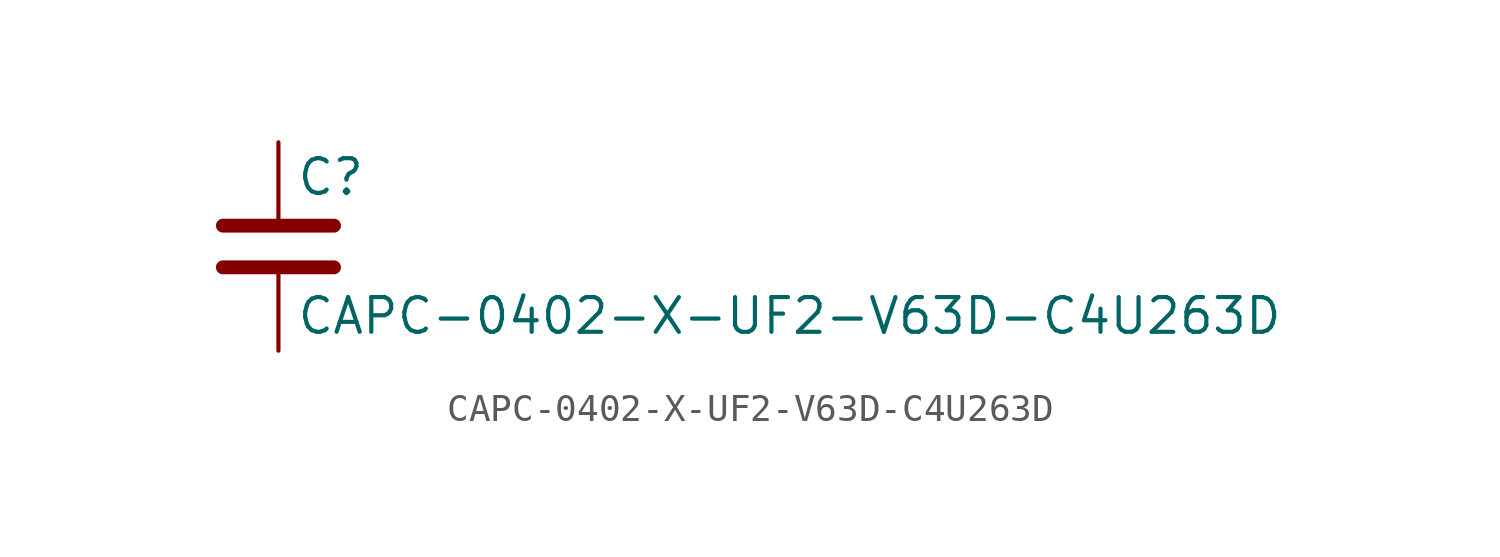
<source format=kicad_sym>
(kicad_symbol_lib
  (version 20211014)
  (generator kicad_symbol_editor)
  (symbol "CAPC-0402-X-UF2-V63D-C4U263D"
    (pin_numbers hide)
    (pin_names
      (offset 0.254))
    (property "Reference" "C"
      (at 0.635 2.54 0)
      (effects (font (size 1.27 1.27)) (justify left)))
    (property "Value" "CAPC-0402-X-UF2-V63D-C4U263D"
      (at 0.635 -2.54 0)
      (effects (font (size 1.27 1.27)) (justify left)))
    (symbol "CAPC-0402-X-UF2-V63D-C4U263D_0_1"
      (polyline (pts (xy -2.032 -0.762) (xy 2.032 -0.762)) (stroke (width 0.508) (type default) (color 0 0 0 0)) (fill (type none)))
      (polyline (pts (xy -2.032 0.762) (xy 2.032 0.762)) (stroke (width 0.508) (type default) (color 0 0 0 0)) (fill (type none))))
    (symbol "CAPC-0402-X-UF2-V63D-C4U263D_1_1"
      (pin passive line (at 0 3.81 270) (length 2.794) (name "~" (effects (font (size 1.27 1.27)))) (number "1" (effects (font (size 1.27 1.27)))))
      (pin passive line (at 0 -3.81 90) (length 2.794) (name "~" (effects (font (size 1.27 1.27)))) (number "2" (effects (font (size 1.27 1.27))))))))
</source>
